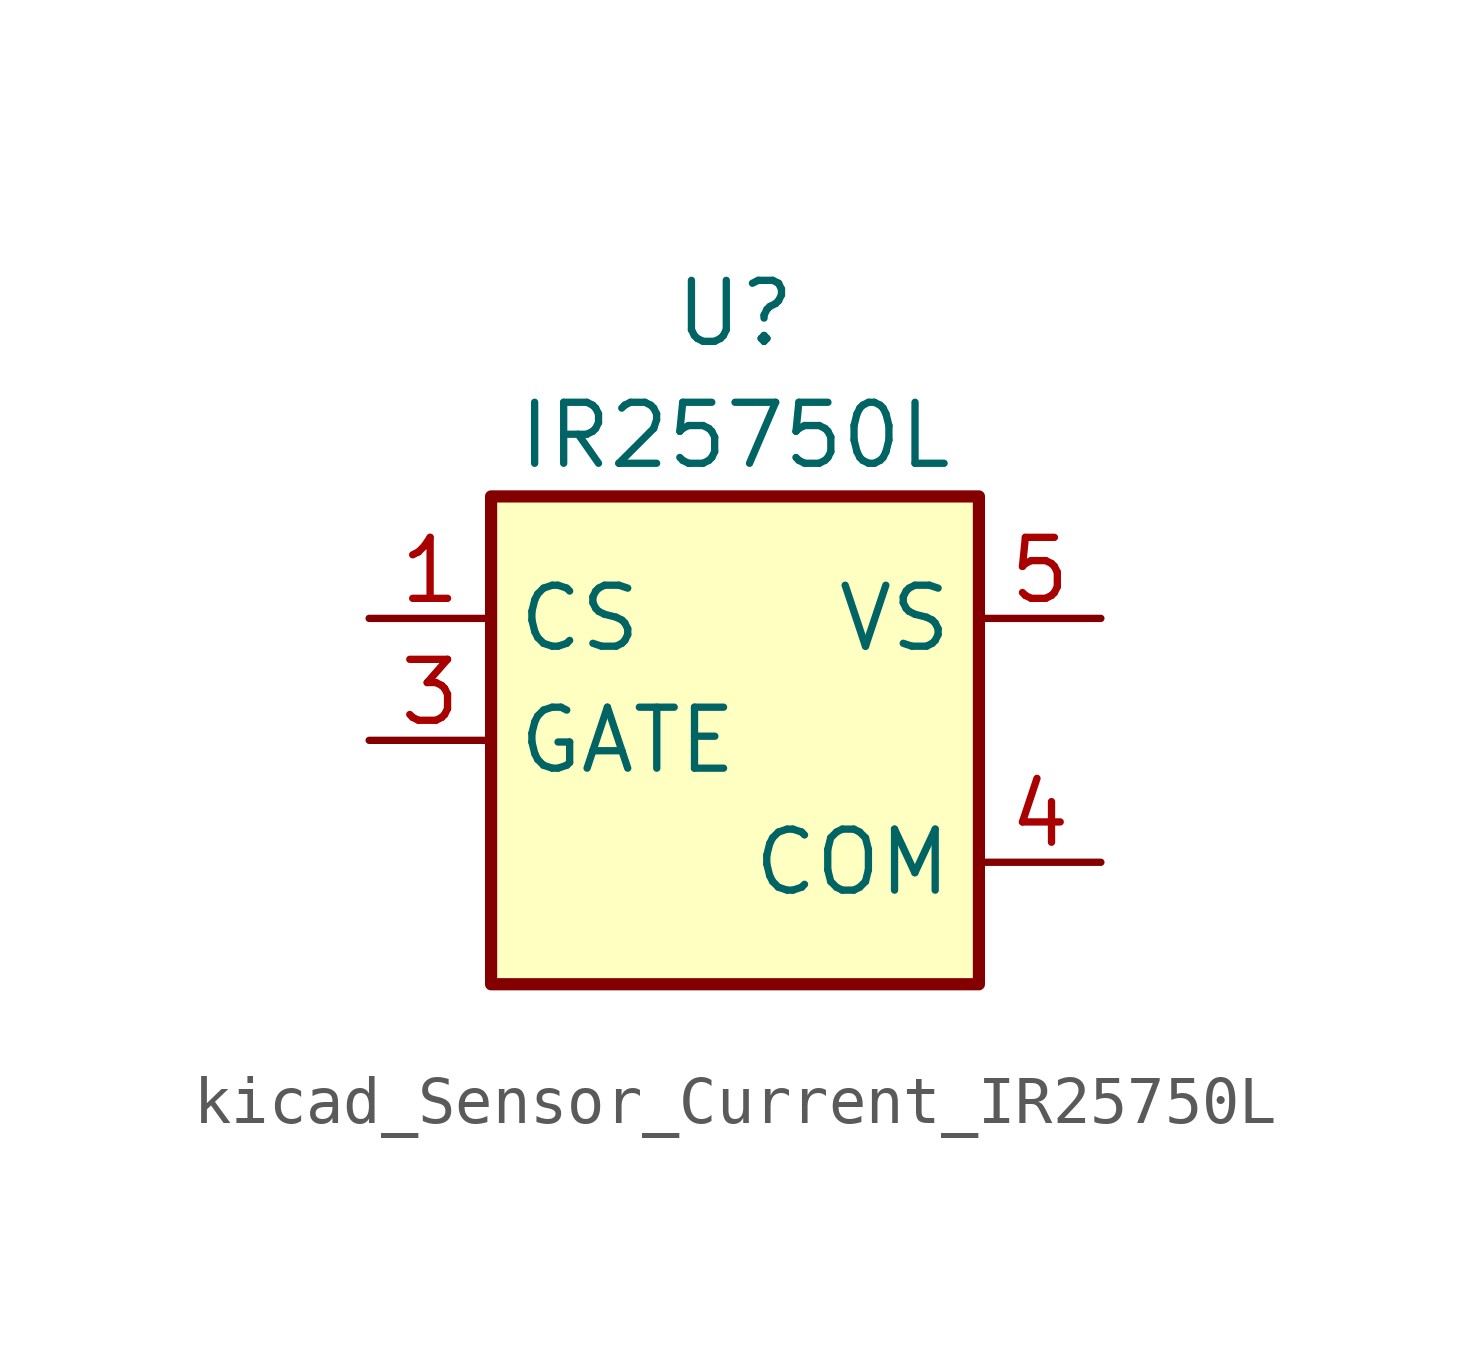
<source format=kicad_sym>
(kicad_symbol_lib
  (version 20220914)
  (generator kicad_symbol_editor)
  (symbol "kicad_Sensor_Current_IR25750L"
    (property "Reference" "U"
      (at 0 8.89 0)
      (effects (font (size 1.27 1.27))))
    (property "Value" "IR25750L"
      (at 0 6.35 0)
      (effects (font (size 1.27 1.27))))
    (symbol "kicad_Sensor_Current_IR25750L_0_1"
      (rectangle (start -5.08 -5.08) (end 5.08 5.08) (stroke (width 0.254) (type default)) (fill (type background))))
    (symbol "kicad_Sensor_Current_IR25750L_1_1"
      (pin output line (at -7.62 2.54 0) (length 2.54) (name "CS" (effects (font (size 1.27 1.27)))) (number "1" (effects (font (size 1.27 1.27)))))
      (pin no_connect line (at -5.08 -2.54 0) (length 2.54) hide (name "NC" (effects (font (size 1.27 1.27)))) (number "2" (effects (font (size 1.27 1.27)))))
      (pin input line (at -7.62 0 0) (length 2.54) (name "GATE" (effects (font (size 1.27 1.27)))) (number "3" (effects (font (size 1.27 1.27)))))
      (pin power_in line (at 7.62 -2.54 180) (length 2.54) (name "COM" (effects (font (size 1.27 1.27)))) (number "4" (effects (font (size 1.27 1.27)))))
      (pin passive line (at 7.62 2.54 180) (length 2.54) (name "VS" (effects (font (size 1.27 1.27)))) (number "5" (effects (font (size 1.27 1.27))))))))
</source>
